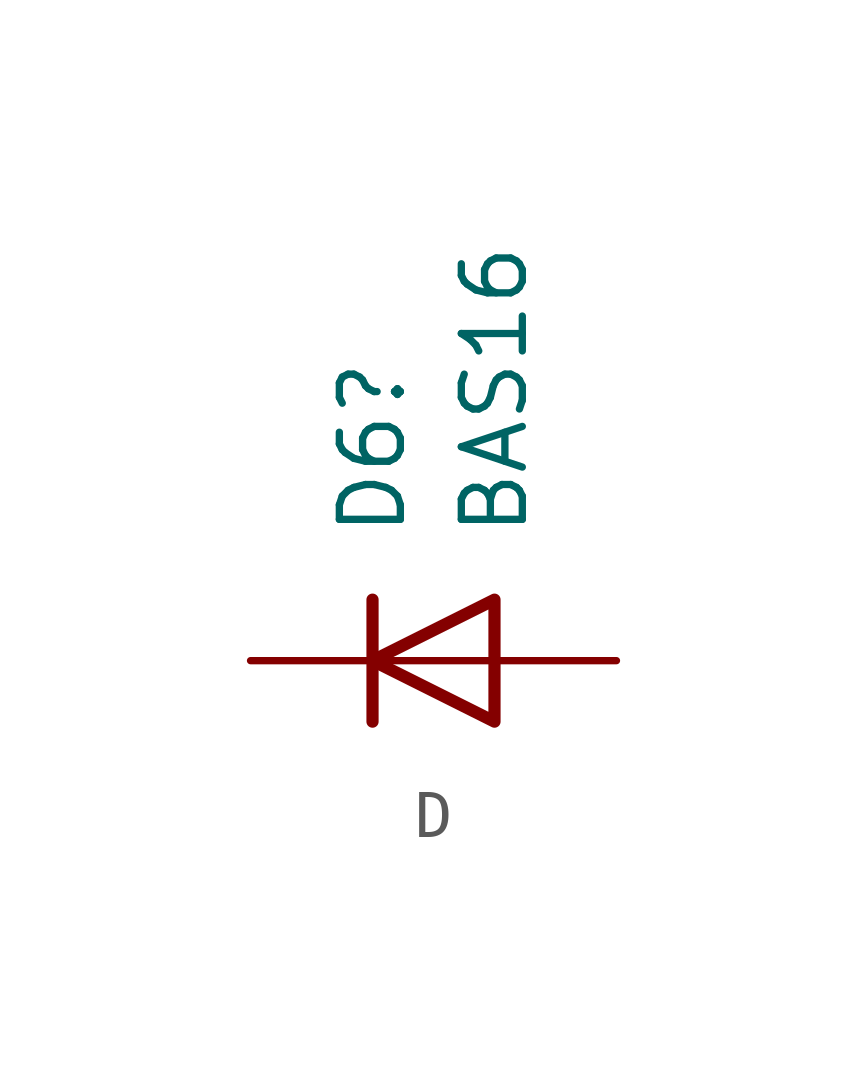
<source format=kicad_sym>
(kicad_symbol_lib
  (version 20241209)
  (generator "kicad_symbol_editor")
  (generator_version "9.0")
  (symbol "D"
    (pin_numbers
      (hide yes))
    (pin_names
      (offset 1.016)
      (hide yes))
    (property "Reference" "D6"
      (at -1.27 2.54 90)
      (effects (font (size 1.27 1.27)) (justify left)))
    (property "Value" "BAS16"
      (at 1.27 2.54 90)
      (effects (font (size 1.27 1.27)) (justify left)))
    (symbol "D_0_1"
      (polyline (pts (xy -1.27 1.27) (xy -1.27 -1.27)) (stroke (width 0.254) (type default)) (fill (type none)))
      (polyline (pts (xy 1.27 1.27) (xy 1.27 -1.27) (xy -1.27 0) (xy 1.27 1.27)) (stroke (width 0.254) (type default)) (fill (type none)))
      (polyline (pts (xy 1.27 0) (xy -1.27 0)) (stroke (width 0) (type default)) (fill (type none))))
    (symbol "D_1_1"
      (pin passive line (at -3.81 0 0) (length 2.54) (name "K" (effects (font (size 1.27 1.27)))) (number "3" (effects (font (size 1.27 1.27)))))
      (pin no_connect line (at 0 2.54 180) (length 2.54) (hide yes) (name "2" (effects (font (size 1.27 1.27)))) (number "2" (effects (font (size 1.27 1.27)))))
      (pin passive line (at 3.81 0 180) (length 2.54) (name "A" (effects (font (size 1.27 1.27)))) (number "1" (effects (font (size 1.27 1.27))))))))
</source>
